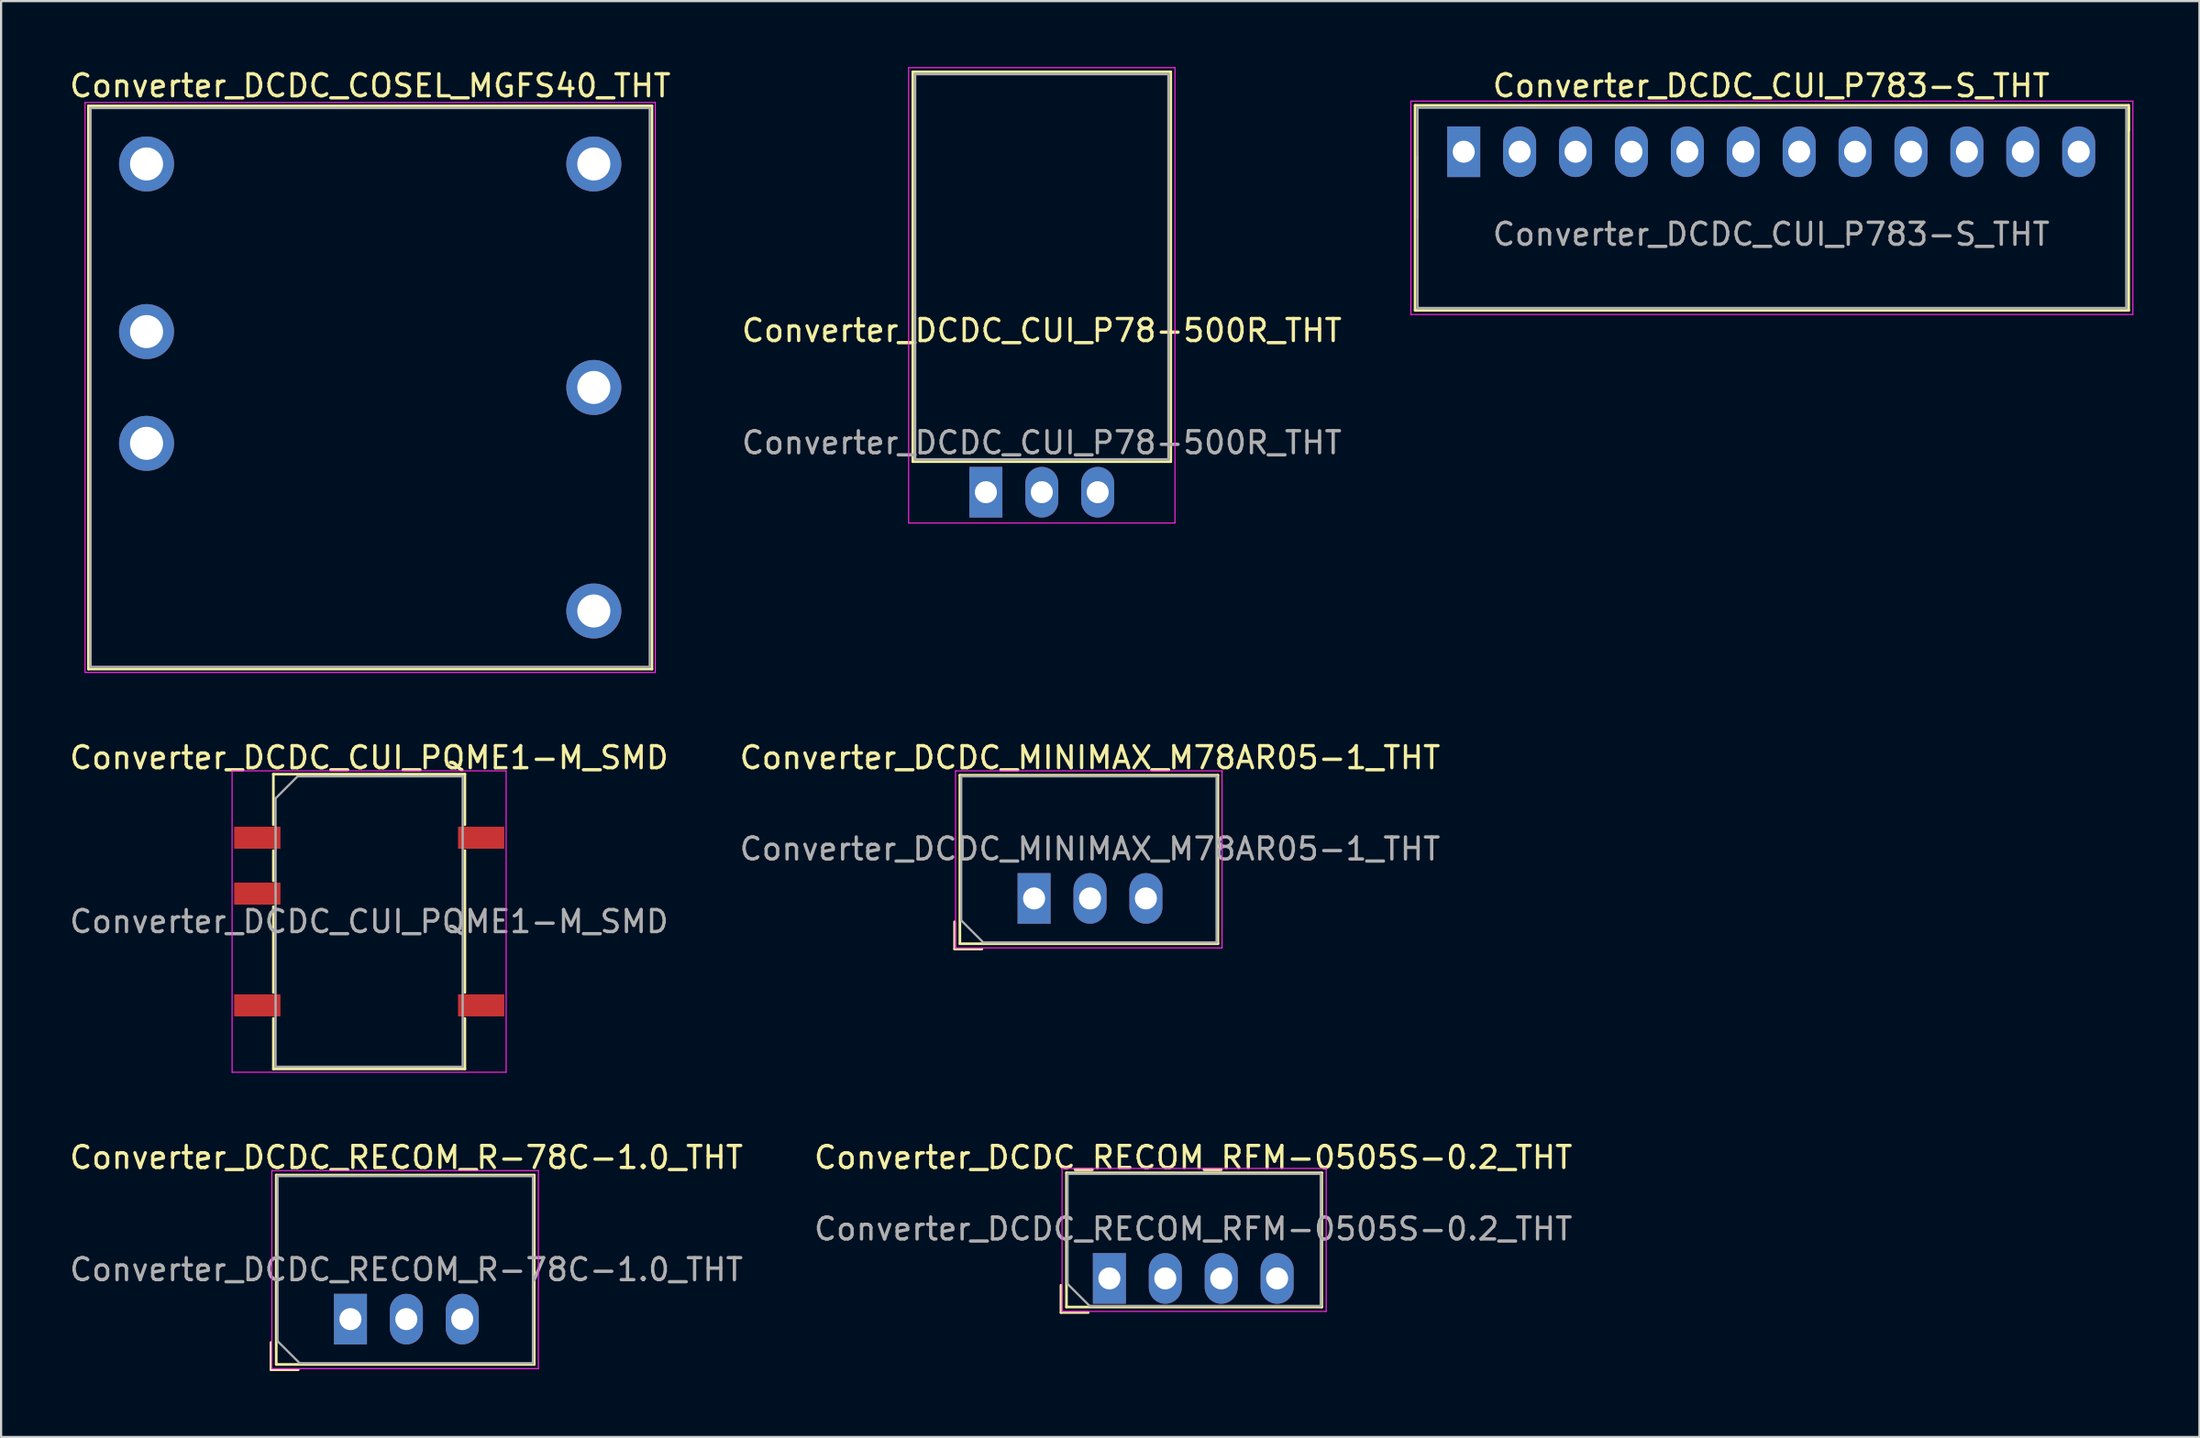
<source format=kicad_pcb>
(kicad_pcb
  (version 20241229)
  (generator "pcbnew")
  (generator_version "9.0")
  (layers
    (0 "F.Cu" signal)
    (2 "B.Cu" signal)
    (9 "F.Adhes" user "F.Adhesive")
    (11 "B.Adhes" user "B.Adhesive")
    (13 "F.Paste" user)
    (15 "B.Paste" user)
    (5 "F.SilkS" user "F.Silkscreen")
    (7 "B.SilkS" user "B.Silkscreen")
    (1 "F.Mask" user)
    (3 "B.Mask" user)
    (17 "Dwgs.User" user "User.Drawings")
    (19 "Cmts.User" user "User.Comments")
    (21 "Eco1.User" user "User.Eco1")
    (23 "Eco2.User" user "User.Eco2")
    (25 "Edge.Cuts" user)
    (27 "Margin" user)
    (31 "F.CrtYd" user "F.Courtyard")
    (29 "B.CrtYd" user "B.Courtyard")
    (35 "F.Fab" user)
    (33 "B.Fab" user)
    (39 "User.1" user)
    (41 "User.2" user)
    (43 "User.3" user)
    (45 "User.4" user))
  (footprint "Converter_DCDC_CUI_P78-500R_THT"
    (layer "F.Cu")
    (at 44.28 19.325)
    (property "Reference" "Converter_DCDC_CUI_P78-500R_THT" (at 0 -7.35 0) (layer "F.SilkS") (effects (font (size 1 1) (thickness 0.15))))
    (attr through_hole)
    (fp_line (start -5.86 -19.11) (end -5.86 -1.39) (stroke (width 0.12) (type solid)) (layer "F.SilkS"))
    (fp_line (start -5.86 -19.11) (end 5.86 -19.11) (stroke (width 0.12) (type solid)) (layer "F.SilkS"))
    (fp_line (start -5.86 -1.39) (end 5.86 -1.39) (stroke (width 0.12) (type solid)) (layer "F.SilkS"))
    (fp_line (start 5.86 -19.11) (end 5.86 -1.39) (stroke (width 0.12) (type solid)) (layer "F.SilkS"))
    (fp_line (start -6.05 -19.3) (end -6.05 1.4) (stroke (width 0.05) (type solid)) (layer "F.CrtYd"))
    (fp_line (start -6.05 1.4) (end 6.05 1.4) (stroke (width 0.05) (type solid)) (layer "F.CrtYd"))
    (fp_line (start 6.05 -19.3) (end -6.05 -19.3) (stroke (width 0.05) (type solid)) (layer "F.CrtYd"))
    (fp_line (start 6.05 -19.3) (end 6.05 1.4) (stroke (width 0.05) (type solid)) (layer "F.CrtYd"))
    (fp_line (start -5.75 -19) (end -5.75 -1.5) (stroke (width 0.1) (type solid)) (layer "F.Fab"))
    (fp_line (start -5.75 -19) (end 5.75 -19) (stroke (width 0.1) (type solid)) (layer "F.Fab"))
    (fp_line (start -5.75 -1.5) (end 5.75 -1.5) (stroke (width 0.1) (type solid)) (layer "F.Fab"))
    (fp_line (start 5.75 -19) (end 5.75 -1.5) (stroke (width 0.1) (type solid)) (layer "F.Fab"))
    (fp_text user "${REFERENCE}" (at 0 -2.25 0) (layer "F.Fab") (effects (font (size 1 1) (thickness 0.15))))
    (pad "1" thru_hole rect (at -2.54 0) (size 1.5 2.3) (drill 1) (layers "*.Cu" "*.Mask"))
    (pad "2" thru_hole oval (at 0 0) (size 1.5 2.3) (drill 1) (layers "*.Cu" "*.Mask"))
    (pad "3" thru_hole oval (at 2.54 0) (size 1.5 2.3) (drill 1) (layers "*.Cu" "*.Mask")))
  (footprint "Converter_DCDC_COSEL_MGFS40_THT"
    (layer "F.Cu")
    (at 13.768 14.564)
    (property "Reference" "Converter_DCDC_COSEL_MGFS40_THT" (at 0 -13.716 0) (unlocked yes) (layer "F.SilkS") (effects (font (size 1 1) (thickness 0.15))))
    (attr through_hole)
    (fp_line (start -12.802 -12.802) (end 12.802 -12.802) (stroke (width 0.12) (type default)) (layer "F.SilkS"))
    (fp_line (start -12.802 12.802) (end -12.802 -12.802) (stroke (width 0.12) (type default)) (layer "F.SilkS"))
    (fp_line (start 12.802 -12.802) (end 12.802 12.802) (stroke (width 0.12) (type default)) (layer "F.SilkS"))
    (fp_line (start 12.802 12.802) (end -12.802 12.802) (stroke (width 0.12) (type default)) (layer "F.SilkS"))
    (fp_line (start -12.954 12.954) (end -12.954 -12.954) (stroke (width 0.05) (type default)) (layer "F.CrtYd"))
    (fp_line (start 12.954 -12.954) (end -12.954 -12.954) (stroke (width 0.05) (type default)) (layer "F.CrtYd"))
    (fp_line (start 12.954 -12.954) (end 12.954 12.954) (stroke (width 0.05) (type default)) (layer "F.CrtYd"))
    (fp_line (start 12.954 12.954) (end -12.954 12.954) (stroke (width 0.05) (type default)) (layer "F.CrtYd"))
    (fp_line (start -12.7 -12.7) (end -12.7 12.7) (stroke (width 0.1) (type default)) (layer "F.Fab"))
    (fp_line (start -12.7 12.7) (end 12.7 12.7) (stroke (width 0.1) (type default)) (layer "F.Fab"))
    (fp_line (start 12.7 -12.7) (end -12.7 -12.7) (stroke (width 0.1) (type default)) (layer "F.Fab"))
    (fp_line (start 12.7 12.7) (end 12.7 -12.7) (stroke (width 0.1) (type default)) (layer "F.Fab"))
    (pad "1" thru_hole circle (at -10.16 2.54) (size 2.5 2.5) (drill 1.5) (layers "*.Cu" "*.Mask"))
    (pad "2" thru_hole circle (at -10.16 -2.54) (size 2.5 2.5) (drill 1.5) (layers "*.Cu" "*.Mask"))
    (pad "3" thru_hole circle (at 10.16 10.16) (size 2.5 2.5) (drill 1.5) (layers "*.Cu" "*.Mask"))
    (pad "4" thru_hole circle (at 10.16 0) (size 2.5 2.5) (drill 1.5) (layers "*.Cu" "*.Mask"))
    (pad "5" thru_hole circle (at 10.16 -10.16) (size 2.5 2.5) (drill 1.5) (layers "*.Cu" "*.Mask"))
    (pad "6" thru_hole circle (at -10.16 -10.16) (size 2.5 2.5) (drill 1.5) (layers "*.Cu" "*.Mask")))
  (footprint "Converter_DCDC_RECOM_RFM-0505S-0.2_THT"
    (layer "F.Cu")
    (at 47.351 55.065)
    (property "Reference" "Converter_DCDC_RECOM_RFM-0505S-0.2_THT" (at 3.81 -5.5 0) (layer "F.SilkS") (effects (font (size 1 1) (thickness 0.15))))
    (attr through_hole)
    (fp_line (start -2.2 0.31) (end -2.2 1.55) (stroke (width 0.12) (type solid)) (layer "F.SilkS"))
    (fp_line (start -2.2 1.55) (end -0.96 1.55) (stroke (width 0.12) (type solid)) (layer "F.SilkS"))
    (fp_line (start -1.95 -4.8) (end -1.95 1.3) (stroke (width 0.12) (type solid)) (layer "F.SilkS"))
    (fp_line (start -1.95 -4.8) (end 9.65 -4.8) (stroke (width 0.12) (type solid)) (layer "F.SilkS"))
    (fp_line (start -1.95 1.3) (end 9.65 1.3) (stroke (width 0.12) (type solid)) (layer "F.SilkS"))
    (fp_line (start 9.65 -4.8) (end 9.65 1.3) (stroke (width 0.12) (type solid)) (layer "F.SilkS"))
    (fp_line (start -2.15 -5) (end -2.15 1.5) (stroke (width 0.05) (type solid)) (layer "F.CrtYd"))
    (fp_line (start -2.15 1.5) (end 9.85 1.5) (stroke (width 0.05) (type solid)) (layer "F.CrtYd"))
    (fp_line (start 9.85 -5) (end -2.15 -5) (stroke (width 0.05) (type solid)) (layer "F.CrtYd"))
    (fp_line (start 9.85 1.5) (end 9.85 -5) (stroke (width 0.05) (type solid)) (layer "F.CrtYd"))
    (fp_line (start -1.9 -4.75) (end 9.6 -4.75) (stroke (width 0.1) (type solid)) (layer "F.Fab"))
    (fp_line (start -1.9 0.25) (end -1.9 -4.75) (stroke (width 0.1) (type solid)) (layer "F.Fab"))
    (fp_line (start -0.9 1.25) (end -1.9 0.25) (stroke (width 0.1) (type solid)) (layer "F.Fab"))
    (fp_line (start 9.6 -4.75) (end 9.6 1.25) (stroke (width 0.1) (type solid)) (layer "F.Fab"))
    (fp_line (start 9.6 1.25) (end -0.9 1.25) (stroke (width 0.1) (type solid)) (layer "F.Fab"))
    (fp_text user "${REFERENCE}" (at 3.81 -2.25 0) (layer "F.Fab") (effects (font (size 1 1) (thickness 0.15))))
    (pad "1" thru_hole rect (at 0 0) (size 1.5 2.3) (drill 1) (layers "*.Cu" "*.Mask"))
    (pad "2" thru_hole oval (at 2.54 0) (size 1.5 2.3) (drill 1) (layers "*.Cu" "*.Mask"))
    (pad "3" thru_hole oval (at 5.08 0) (size 1.5 2.3) (drill 1) (layers "*.Cu" "*.Mask"))
    (pad "4" thru_hole oval (at 7.62 0) (size 1.5 2.3) (drill 1) (layers "*.Cu" "*.Mask")))
  (footprint "Converter_DCDC_RECOM_R-78C-1.0_THT"
    (layer "F.Cu")
    (at 12.871 56.915)
    (property "Reference" "Converter_DCDC_RECOM_R-78C-1.0_THT" (at 2.54 -7.35 0) (layer "F.SilkS") (effects (font (size 1 1) (thickness 0.15))))
    (attr through_hole)
    (fp_line (start -3.611 1.06) (end -3.611 2.3) (stroke (width 0.12) (type solid)) (layer "F.SilkS"))
    (fp_line (start -3.611 2.3) (end -2.371 2.3) (stroke (width 0.12) (type solid)) (layer "F.SilkS"))
    (fp_line (start -3.371 -6.55) (end -3.371 2.06) (stroke (width 0.12) (type solid)) (layer "F.SilkS"))
    (fp_line (start -3.371 -6.55) (end 8.35 -6.55) (stroke (width 0.12) (type solid)) (layer "F.SilkS"))
    (fp_line (start -3.371 2.06) (end 8.35 2.06) (stroke (width 0.12) (type solid)) (layer "F.SilkS"))
    (fp_line (start 8.35 -6.55) (end 8.35 2.06) (stroke (width 0.12) (type solid)) (layer "F.SilkS"))
    (fp_line (start -3.57 -6.75) (end -3.57 2.25) (stroke (width 0.05) (type solid)) (layer "F.CrtYd"))
    (fp_line (start -3.57 2.25) (end 8.54 2.25) (stroke (width 0.05) (type solid)) (layer "F.CrtYd"))
    (fp_line (start 8.54 -6.75) (end -3.57 -6.75) (stroke (width 0.05) (type solid)) (layer "F.CrtYd"))
    (fp_line (start 8.54 2.25) (end 8.54 -6.75) (stroke (width 0.05) (type solid)) (layer "F.CrtYd"))
    (fp_line (start -3.31 -6.5) (end 8.29 -6.5) (stroke (width 0.1) (type solid)) (layer "F.Fab"))
    (fp_line (start -3.31 1) (end -3.31 -6.5) (stroke (width 0.1) (type solid)) (layer "F.Fab"))
    (fp_line (start -2.31 2) (end -3.31 1) (stroke (width 0.1) (type solid)) (layer "F.Fab"))
    (fp_line (start 8.29 -6.5) (end 8.29 2) (stroke (width 0.1) (type solid)) (layer "F.Fab"))
    (fp_line (start 8.29 2) (end -2.31 2) (stroke (width 0.1) (type solid)) (layer "F.Fab"))
    (fp_text user "${REFERENCE}" (at 2.54 -2.25 0) (layer "F.Fab") (effects (font (size 1 1) (thickness 0.15))))
    (pad "1" thru_hole rect (at 0 0) (size 1.5 2.3) (drill 1) (layers "*.Cu" "*.Mask"))
    (pad "2" thru_hole oval (at 2.54 0) (size 1.5 2.3) (drill 1) (layers "*.Cu" "*.Mask"))
    (pad "3" thru_hole oval (at 5.08 0) (size 1.5 2.3) (drill 1) (layers "*.Cu" "*.Mask")))
  (footprint "Converter_DCDC_MINIMAX_M78AR05-1_THT"
    (layer "F.Cu")
    (at 43.93 37.791)
    (property "Reference" "Converter_DCDC_MINIMAX_M78AR05-1_THT" (at 2.54 -6.4 0) (layer "F.SilkS") (effects (font (size 1 1) (thickness 0.15))))
    (attr through_hole)
    (fp_line (start -3.611 1.06) (end -3.611 2.3) (stroke (width 0.12) (type solid)) (layer "F.SilkS"))
    (fp_line (start -3.611 2.3) (end -2.371 2.3) (stroke (width 0.12) (type solid)) (layer "F.SilkS"))
    (fp_line (start -3.371 -5.6) (end -3.371 2.06) (stroke (width 0.12) (type solid)) (layer "F.SilkS"))
    (fp_line (start -3.371 -5.6) (end 8.35 -5.6) (stroke (width 0.12) (type solid)) (layer "F.SilkS"))
    (fp_line (start -3.371 2.06) (end 8.35 2.06) (stroke (width 0.12) (type solid)) (layer "F.SilkS"))
    (fp_line (start 8.35 -5.6) (end 8.35 2.06) (stroke (width 0.12) (type solid)) (layer "F.SilkS"))
    (fp_line (start -3.57 -5.8) (end -3.57 2.25) (stroke (width 0.05) (type solid)) (layer "F.CrtYd"))
    (fp_line (start -3.57 2.25) (end 8.54 2.25) (stroke (width 0.05) (type solid)) (layer "F.CrtYd"))
    (fp_line (start 8.54 -5.8) (end -3.57 -5.8) (stroke (width 0.05) (type solid)) (layer "F.CrtYd"))
    (fp_line (start 8.54 2.25) (end 8.54 -5.8) (stroke (width 0.05) (type solid)) (layer "F.CrtYd"))
    (fp_line (start -3.31 -5.55) (end 8.29 -5.55) (stroke (width 0.1) (type solid)) (layer "F.Fab"))
    (fp_line (start -3.31 1) (end -3.31 -5.55) (stroke (width 0.1) (type solid)) (layer "F.Fab"))
    (fp_line (start -2.31 2) (end -3.31 1) (stroke (width 0.1) (type solid)) (layer "F.Fab"))
    (fp_line (start 8.29 -5.55) (end 8.29 2) (stroke (width 0.1) (type solid)) (layer "F.Fab"))
    (fp_line (start 8.29 2) (end -2.31 2) (stroke (width 0.1) (type solid)) (layer "F.Fab"))
    (fp_text user "${REFERENCE}" (at 2.54 -2.25 0) (layer "F.Fab") (effects (font (size 1 1) (thickness 0.15))))
    (pad "1" thru_hole rect (at 0 0) (size 1.5 2.3) (drill 1) (layers "*.Cu" "*.Mask"))
    (pad "2" thru_hole oval (at 2.54 0) (size 1.5 2.3) (drill 1) (layers "*.Cu" "*.Mask"))
    (pad "3" thru_hole oval (at 5.08 0) (size 1.5 2.3) (drill 1) (layers "*.Cu" "*.Mask")))
  (footprint "Converter_DCDC_CUI_P783-S_THT"
    (layer "F.Cu")
    (at 63.449 3.848)
    (property "Reference" "Converter_DCDC_CUI_P783-S_THT" (at 13.97 -3 0) (layer "F.SilkS") (effects (font (size 1 1) (thickness 0.15))))
    (attr through_hole)
    (fp_line (start -2.21 -2.11) (end -2.21 7.21) (stroke (width 0.12) (type solid)) (layer "F.SilkS"))
    (fp_line (start -2.21 -2.11) (end 30.21 -2.11) (stroke (width 0.12) (type solid)) (layer "F.SilkS"))
    (fp_line (start -2.21 7.21) (end 30.21 7.21) (stroke (width 0.12) (type solid)) (layer "F.SilkS"))
    (fp_line (start 30.21 -2.011) (end 30.21 7.21) (stroke (width 0.12) (type solid)) (layer "F.SilkS"))
    (fp_line (start 30.21 -0.96) (end 30.21 -2.11) (stroke (width 0.12) (type solid)) (layer "F.SilkS"))
    (fp_line (start -2.4 -2.3) (end -2.4 7.4) (stroke (width 0.05) (type solid)) (layer "F.CrtYd"))
    (fp_line (start -2.4 7.4) (end 30.4 7.4) (stroke (width 0.05) (type solid)) (layer "F.CrtYd"))
    (fp_line (start 30.4 -2.3) (end -2.4 -2.3) (stroke (width 0.05) (type solid)) (layer "F.CrtYd"))
    (fp_line (start 30.4 7.4) (end 30.4 -2.3) (stroke (width 0.05) (type solid)) (layer "F.CrtYd"))
    (fp_line (start -2.1 3.02) (end -2.1 -2) (stroke (width 0.1) (type solid)) (layer "F.Fab"))
    (fp_line (start -2.1 7.1) (end -2.1 0.2) (stroke (width 0.1) (type solid)) (layer "F.Fab"))
    (fp_line (start 30.1 -2) (end -2.1 -2) (stroke (width 0.1) (type solid)) (layer "F.Fab"))
    (fp_line (start 30.1 -2) (end 30.1 7.1) (stroke (width 0.1) (type solid)) (layer "F.Fab"))
    (fp_line (start 30.1 7.1) (end -2.1 7.1) (stroke (width 0.1) (type solid)) (layer "F.Fab"))
    (fp_text user "${REFERENCE}" (at 13.97 3.75 0) (layer "F.Fab") (effects (font (size 1 1) (thickness 0.15))))
    (pad "1" thru_hole rect (at 0 0) (size 1.5 2.3) (drill 1) (layers "*.Cu" "*.Mask"))
    (pad "2" thru_hole oval (at 2.54 0) (size 1.5 2.3) (drill 1) (layers "*.Cu" "*.Mask"))
    (pad "3" thru_hole oval (at 5.08 0) (size 1.5 2.3) (drill 1) (layers "*.Cu" "*.Mask"))
    (pad "4" thru_hole oval (at 7.62 0) (size 1.5 2.3) (drill 1) (layers "*.Cu" "*.Mask"))
    (pad "5" thru_hole oval (at 10.16 0) (size 1.5 2.3) (drill 1) (layers "*.Cu" "*.Mask"))
    (pad "6" thru_hole oval (at 12.7 0) (size 1.5 2.3) (drill 1) (layers "*.Cu" "*.Mask"))
    (pad "7" thru_hole oval (at 15.24 0) (size 1.5 2.3) (drill 1) (layers "*.Cu" "*.Mask"))
    (pad "8" thru_hole oval (at 17.78 0) (size 1.5 2.3) (drill 1) (layers "*.Cu" "*.Mask"))
    (pad "9" thru_hole oval (at 20.32 0) (size 1.5 2.3) (drill 1) (layers "*.Cu" "*.Mask"))
    (pad "10" thru_hole oval (at 22.86 0) (size 1.5 2.3) (drill 1) (layers "*.Cu" "*.Mask"))
    (pad "11" thru_hole oval (at 25.4 0) (size 1.5 2.3) (drill 1) (layers "*.Cu" "*.Mask"))
    (pad "12" thru_hole oval (at 27.94 0) (size 1.5 2.3) (drill 1) (layers "*.Cu" "*.Mask")))
  (footprint "Converter_DCDC_CUI_PQME1-M_SMD"
    (layer "F.Cu")
    (at 13.72 38.842)
    (property "Reference" "Converter_DCDC_CUI_PQME1-M_SMD" (at 0 -7.45 0) (layer "F.SilkS") (effects (font (size 1 1) (thickness 0.15))))
    (attr smd)
    (fp_line (start -4.35 -6.7) (end 4.35 -6.7) (stroke (width 0.12) (type solid)) (layer "F.SilkS"))
    (fp_line (start -4.35 -4.4) (end -4.35 -6.7) (stroke (width 0.12) (type solid)) (layer "F.SilkS"))
    (fp_line (start -4.35 -3.225) (end -4.35 -1.85) (stroke (width 0.12) (type solid)) (layer "F.SilkS"))
    (fp_line (start -4.35 3.225) (end -4.35 -0.675) (stroke (width 0.12) (type solid)) (layer "F.SilkS"))
    (fp_line (start -4.35 4.4) (end -4.35 6.7) (stroke (width 0.12) (type solid)) (layer "F.SilkS"))
    (fp_line (start -4.35 6.7) (end 4.35 6.7) (stroke (width 0.12) (type solid)) (layer "F.SilkS"))
    (fp_line (start 4.35 -6.7) (end 4.35 -4.4) (stroke (width 0.12) (type solid)) (layer "F.SilkS"))
    (fp_line (start 4.35 3.225) (end 4.35 -3.225) (stroke (width 0.12) (type solid)) (layer "F.SilkS"))
    (fp_line (start 4.35 4.4) (end 4.35 6.7) (stroke (width 0.12) (type solid)) (layer "F.SilkS"))
    (fp_line (start -6.225 -6.85) (end -6.225 6.85) (stroke (width 0.05) (type solid)) (layer "F.CrtYd"))
    (fp_line (start -6.225 -6.85) (end 6.225 -6.85) (stroke (width 0.05) (type solid)) (layer "F.CrtYd"))
    (fp_line (start -6.225 6.85) (end 6.225 6.85) (stroke (width 0.05) (type solid)) (layer "F.CrtYd"))
    (fp_line (start 6.225 -6.85) (end 6.225 6.85) (stroke (width 0.05) (type solid)) (layer "F.CrtYd"))
    (fp_line (start -4.25 -5.6) (end -4.25 6.6) (stroke (width 0.1) (type solid)) (layer "F.Fab"))
    (fp_line (start -4.25 -5.6) (end -3.25 -6.6) (stroke (width 0.1) (type solid)) (layer "F.Fab"))
    (fp_line (start 4.25 -6.6) (end -3.25 -6.6) (stroke (width 0.1) (type solid)) (layer "F.Fab"))
    (fp_line (start 4.25 -6.6) (end 4.25 6.6) (stroke (width 0.1) (type solid)) (layer "F.Fab"))
    (fp_line (start 4.25 6.6) (end -4.25 6.6) (stroke (width 0.1) (type solid)) (layer "F.Fab"))
    (fp_text user "${REFERENCE}" (at 0 0 0) (layer "F.Fab") (effects (font (size 1 1) (thickness 0.15))))
    (pad "1" smd rect (at -5.08 -3.81) (size 2.1 1) (layers "F.Cu" "F.Mask" "F.Paste"))
    (pad "2" smd rect (at -5.08 -1.27) (size 2.1 1) (layers "F.Cu" "F.Mask" "F.Paste"))
    (pad "4" smd rect (at -5.08 3.81) (size 2.1 1) (layers "F.Cu" "F.Mask" "F.Paste"))
    (pad "5" smd rect (at 5.09 3.81) (size 2.1 1) (layers "F.Cu" "F.Mask" "F.Paste"))
    (pad "8" smd rect (at 5.09 -3.81) (size 2.1 1) (layers "F.Cu" "F.Mask" "F.Paste")))
  (gr_rect
    (start -3 -3)
    (end 96.874 62.275)
    (stroke (width 0.1) (type default))
    (fill no)
    (layer "Edge.Cuts")))
</source>
